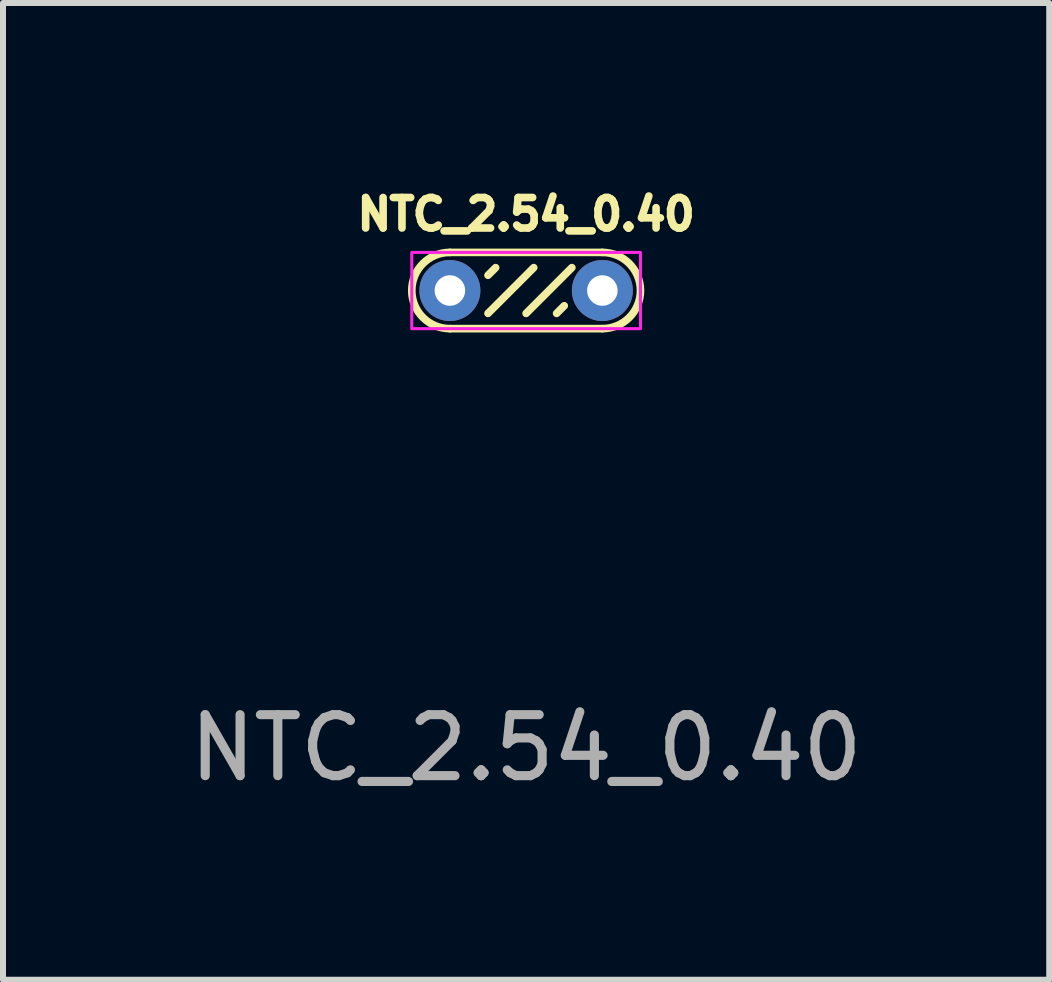
<source format=kicad_pcb>
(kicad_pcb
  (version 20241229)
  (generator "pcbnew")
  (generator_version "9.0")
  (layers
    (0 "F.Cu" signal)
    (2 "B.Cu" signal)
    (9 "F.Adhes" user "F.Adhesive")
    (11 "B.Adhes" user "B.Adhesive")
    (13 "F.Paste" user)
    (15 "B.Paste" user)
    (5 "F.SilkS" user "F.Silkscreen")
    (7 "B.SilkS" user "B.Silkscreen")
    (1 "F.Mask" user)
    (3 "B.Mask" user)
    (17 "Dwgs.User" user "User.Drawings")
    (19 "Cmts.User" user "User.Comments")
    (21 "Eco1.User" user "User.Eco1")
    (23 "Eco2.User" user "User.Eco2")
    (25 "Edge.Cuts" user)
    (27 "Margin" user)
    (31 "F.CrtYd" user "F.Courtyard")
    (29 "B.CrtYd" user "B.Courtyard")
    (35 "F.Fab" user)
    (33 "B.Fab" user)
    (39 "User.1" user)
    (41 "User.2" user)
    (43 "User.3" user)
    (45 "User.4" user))
  (footprint "NTC_2.54_0.40"
    (layer "F.Cu")
    (at 5.715 1.79)
    (property "Reference" "NTC_2.54_0.40" (at 0 -1.27 0) (layer "F.SilkS") (effects (font (size 0.508 0.508) (thickness 0.127) (bold yes))))
    (attr smd)
    (fp_line (start -1.27 -0.635) (end 1.27 -0.635) (stroke (width 0.127) (type default)) (layer "F.SilkS"))
    (fp_line (start -1.27 0.635) (end 1.27 0.635) (stroke (width 0.127) (type default)) (layer "F.SilkS"))
    (fp_line (start -0.635 -0.254) (end -0.508 -0.381) (stroke (width 0.127) (type default)) (layer "F.SilkS"))
    (fp_line (start -0.635 0.381) (end 0.127 -0.381) (stroke (width 0.127) (type default)) (layer "F.SilkS"))
    (fp_line (start 0 0.381) (end 0.762 -0.381) (stroke (width 0.127) (type default)) (layer "F.SilkS"))
    (fp_line (start 0.508 0.381) (end 0.635 0.254) (stroke (width 0.127) (type default)) (layer "F.SilkS"))
    (fp_arc (start -1.27 0.635) (mid -1.905 0) (end -1.27 -0.635) (stroke (width 0.127) (type default)) (layer "F.SilkS"))
    (fp_arc (start 1.27 -0.635) (mid 1.905 0) (end 1.27 0.635) (stroke (width 0.127) (type default)) (layer "F.SilkS"))
    (fp_rect (start -1.905 -0.635) (end 1.905 0.635) (stroke (width 0.051) (type default)) (fill no) (layer "F.CrtYd"))
    (fp_text user "${REFERENCE}" (at 0 7.62 0) (unlocked yes) (layer "F.Fab") (effects (font (size 1.016 1.016) (thickness 0.152))))
    (pad "1" thru_hole circle (at -1.27 0) (size 1.016 1.016) (drill 0.508) (layers "*.Cu" "*.Mask"))
    (pad "2" thru_hole circle (at 1.27 0) (size 1.016 1.016) (drill 0.508) (layers "*.Cu" "*.Mask")))
  (gr_rect
    (start -3 -3)
    (end 14.43 13.272)
    (stroke (width 0.1) (type default))
    (fill no)
    (layer "Edge.Cuts")))
</source>
